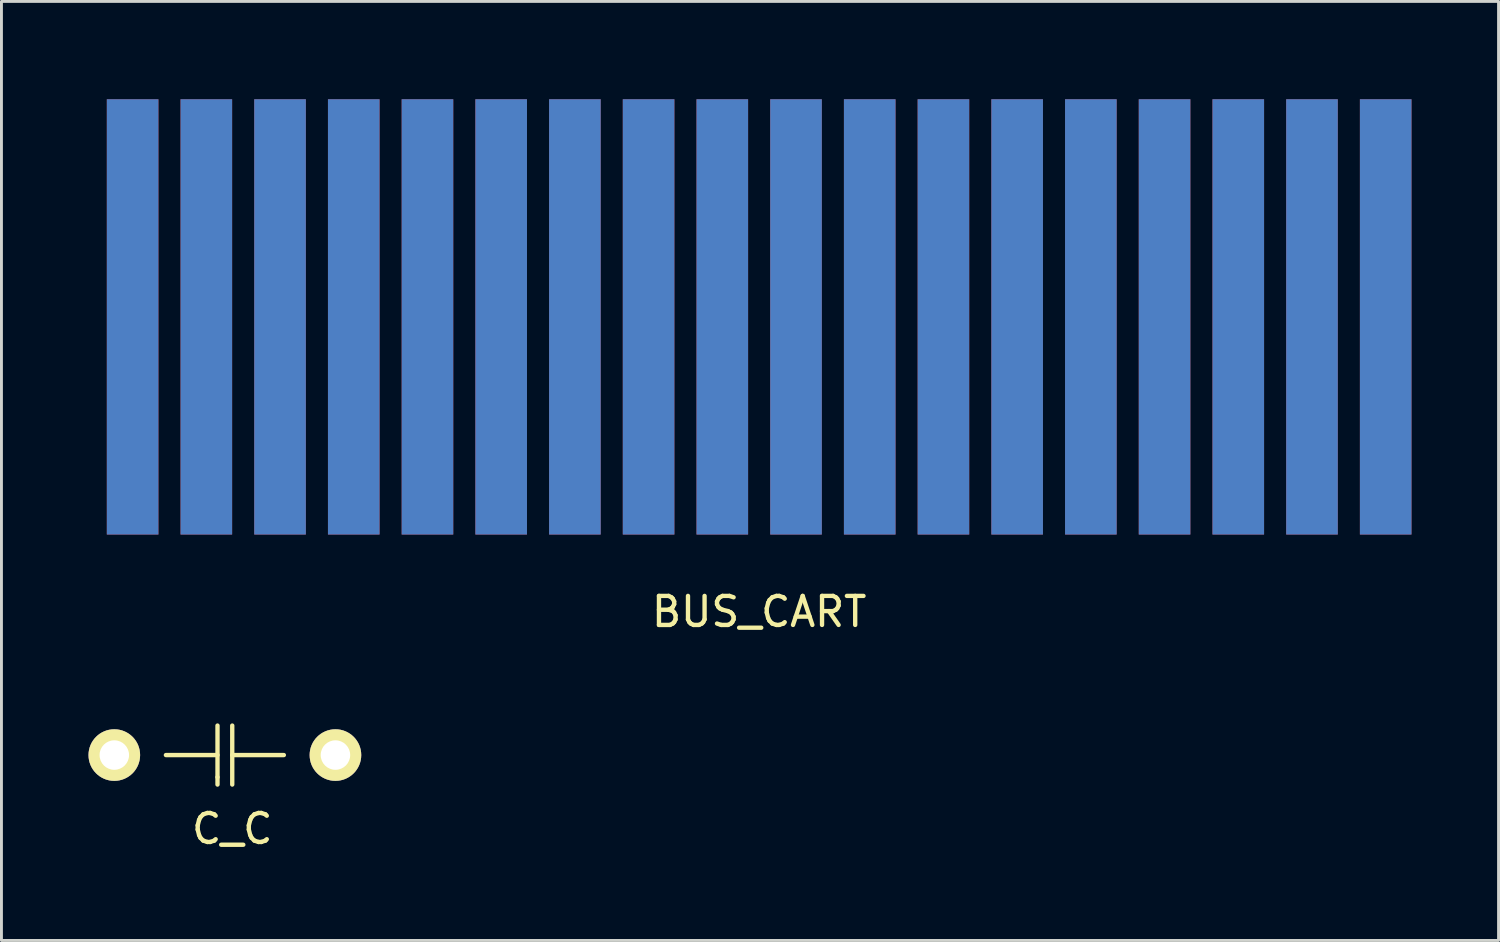
<source format=kicad_pcb>
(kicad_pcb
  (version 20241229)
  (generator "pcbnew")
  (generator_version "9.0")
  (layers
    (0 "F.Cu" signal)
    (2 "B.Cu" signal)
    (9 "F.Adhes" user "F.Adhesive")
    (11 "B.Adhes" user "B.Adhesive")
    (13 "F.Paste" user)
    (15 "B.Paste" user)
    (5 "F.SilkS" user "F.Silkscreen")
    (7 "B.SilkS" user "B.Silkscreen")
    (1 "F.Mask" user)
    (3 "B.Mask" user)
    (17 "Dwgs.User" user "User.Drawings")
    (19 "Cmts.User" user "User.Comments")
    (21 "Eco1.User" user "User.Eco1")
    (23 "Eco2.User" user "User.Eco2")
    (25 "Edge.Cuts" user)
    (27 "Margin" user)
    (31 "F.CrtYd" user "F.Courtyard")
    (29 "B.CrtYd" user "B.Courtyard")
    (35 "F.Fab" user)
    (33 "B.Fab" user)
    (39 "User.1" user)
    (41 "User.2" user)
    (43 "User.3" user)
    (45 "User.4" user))
  (footprint "BUS_CART"
    (layer "F.Cu")
    (at 0.25 0.25)
    (property "Reference" "BUS_CART" (at 22.86 17.78 0) (layer "F.SilkS") (effects (font (size 1 1) (thickness 0.15))))
    (attr through_hole)
    (pad "1" connect rect (at 1.27 7.62) (size 1.778 15) (layers "B.Cu" "B.Mask"))
    (pad "2" connect rect (at 1.27 7.62) (size 1.778 15) (layers "F.Cu" "F.Mask"))
    (pad "3" connect rect (at 3.81 7.62) (size 1.778 15) (layers "B.Cu" "B.Mask"))
    (pad "4" connect rect (at 3.81 7.62) (size 1.778 15) (layers "F.Cu" "F.Mask"))
    (pad "5" connect rect (at 6.35 7.62) (size 1.778 15) (layers "B.Cu" "B.Mask"))
    (pad "6" connect rect (at 6.35 7.62) (size 1.778 15) (layers "F.Cu" "F.Mask"))
    (pad "7" connect rect (at 8.89 7.62) (size 1.778 15) (layers "B.Cu" "B.Mask"))
    (pad "8" connect rect (at 8.89 7.62) (size 1.778 15) (layers "F.Cu" "F.Mask"))
    (pad "9" connect rect (at 11.43 7.62) (size 1.778 15) (layers "B.Cu" "B.Mask"))
    (pad "10" connect rect (at 11.43 7.62) (size 1.778 15) (layers "F.Cu" "F.Mask"))
    (pad "11" connect rect (at 13.97 7.62) (size 1.778 15) (layers "B.Cu" "B.Mask"))
    (pad "12" connect rect (at 13.97 7.62) (size 1.778 15) (layers "F.Cu" "F.Mask"))
    (pad "13" connect rect (at 16.51 7.62) (size 1.778 15) (layers "B.Cu" "B.Mask"))
    (pad "14" connect rect (at 16.51 7.62) (size 1.778 15) (layers "F.Cu" "F.Mask"))
    (pad "15" connect rect (at 19.05 7.62) (size 1.778 15) (layers "B.Cu" "B.Mask"))
    (pad "16" connect rect (at 19.05 7.62) (size 1.778 15) (layers "F.Cu" "F.Mask"))
    (pad "17" connect rect (at 21.59 7.62) (size 1.778 15) (layers "B.Cu" "B.Mask"))
    (pad "18" connect rect (at 21.59 7.62) (size 1.778 15) (layers "F.Cu" "F.Mask"))
    (pad "19" connect rect (at 24.13 7.62) (size 1.778 15) (layers "B.Cu" "B.Mask"))
    (pad "20" connect rect (at 24.13 7.62) (size 1.778 15) (layers "F.Cu" "F.Mask"))
    (pad "21" connect rect (at 26.67 7.62) (size 1.778 15) (layers "B.Cu" "B.Mask"))
    (pad "22" connect rect (at 26.67 7.62) (size 1.778 15) (layers "F.Cu" "F.Mask"))
    (pad "23" connect rect (at 29.21 7.62) (size 1.778 15) (layers "B.Cu" "B.Mask"))
    (pad "24" connect rect (at 29.21 7.62) (size 1.778 15) (layers "F.Cu" "F.Mask"))
    (pad "25" connect rect (at 31.75 7.62) (size 1.778 15) (layers "B.Cu" "B.Mask"))
    (pad "26" connect rect (at 31.75 7.62) (size 1.778 15) (layers "F.Cu" "F.Mask"))
    (pad "27" connect rect (at 34.29 7.62) (size 1.778 15) (layers "B.Cu" "B.Mask"))
    (pad "28" connect rect (at 34.29 7.62) (size 1.778 15) (layers "F.Cu" "F.Mask"))
    (pad "29" connect rect (at 36.83 7.62) (size 1.778 15) (layers "B.Cu" "B.Mask"))
    (pad "30" connect rect (at 36.83 7.62) (size 1.778 15) (layers "F.Cu" "F.Mask"))
    (pad "31" connect rect (at 39.37 7.62) (size 1.778 15) (layers "B.Cu" "B.Mask"))
    (pad "32" connect rect (at 39.37 7.62) (size 1.778 15) (layers "F.Cu" "F.Mask"))
    (pad "33" connect rect (at 41.91 7.62) (size 1.778 15) (layers "B.Cu" "B.Mask"))
    (pad "34" connect rect (at 41.91 7.62) (size 1.778 15) (layers "F.Cu" "F.Mask"))
    (pad "35" connect rect (at 44.45 7.62) (size 1.778 15) (layers "B.Cu" "B.Mask"))
    (pad "36" connect rect (at 44.45 7.62) (size 1.778 15) (layers "F.Cu" "F.Mask")))
  (footprint "C_C"
    (layer "F.Cu")
    (at 0.889 22.969)
    (property "Reference" "C_C" (at 4.064 2.54 0) (layer "F.SilkS") (effects (font (size 1 1) (thickness 0.15))))
    (attr through_hole)
    (fp_line (start 1.778 0) (end 3.556 0) (stroke (width 0.15) (type solid)) (layer "F.SilkS"))
    (fp_line (start 3.556 -1.016) (end 3.556 0.762) (stroke (width 0.15) (type solid)) (layer "F.SilkS"))
    (fp_line (start 3.556 0.762) (end 3.556 1.016) (stroke (width 0.15) (type solid)) (layer "F.SilkS"))
    (fp_line (start 4.064 -1.016) (end 4.064 1.016) (stroke (width 0.15) (type solid)) (layer "F.SilkS"))
    (fp_line (start 4.064 0) (end 5.842 0) (stroke (width 0.15) (type solid)) (layer "F.SilkS"))
    (pad "1" thru_hole circle (at 0 0) (size 1.778 1.778) (drill 1.016) (layers "*.Cu" "*.Mask" "F.SilkS"))
    (pad "2" thru_hole circle (at 7.62 0) (size 1.778 1.778) (drill 1.016) (layers "*.Cu" "*.Mask" "F.SilkS")))
  (gr_rect
    (start -3 -3)
    (end 48.589 29.358)
    (stroke (width 0.1) (type default))
    (fill no)
    (layer "Edge.Cuts")))
</source>
